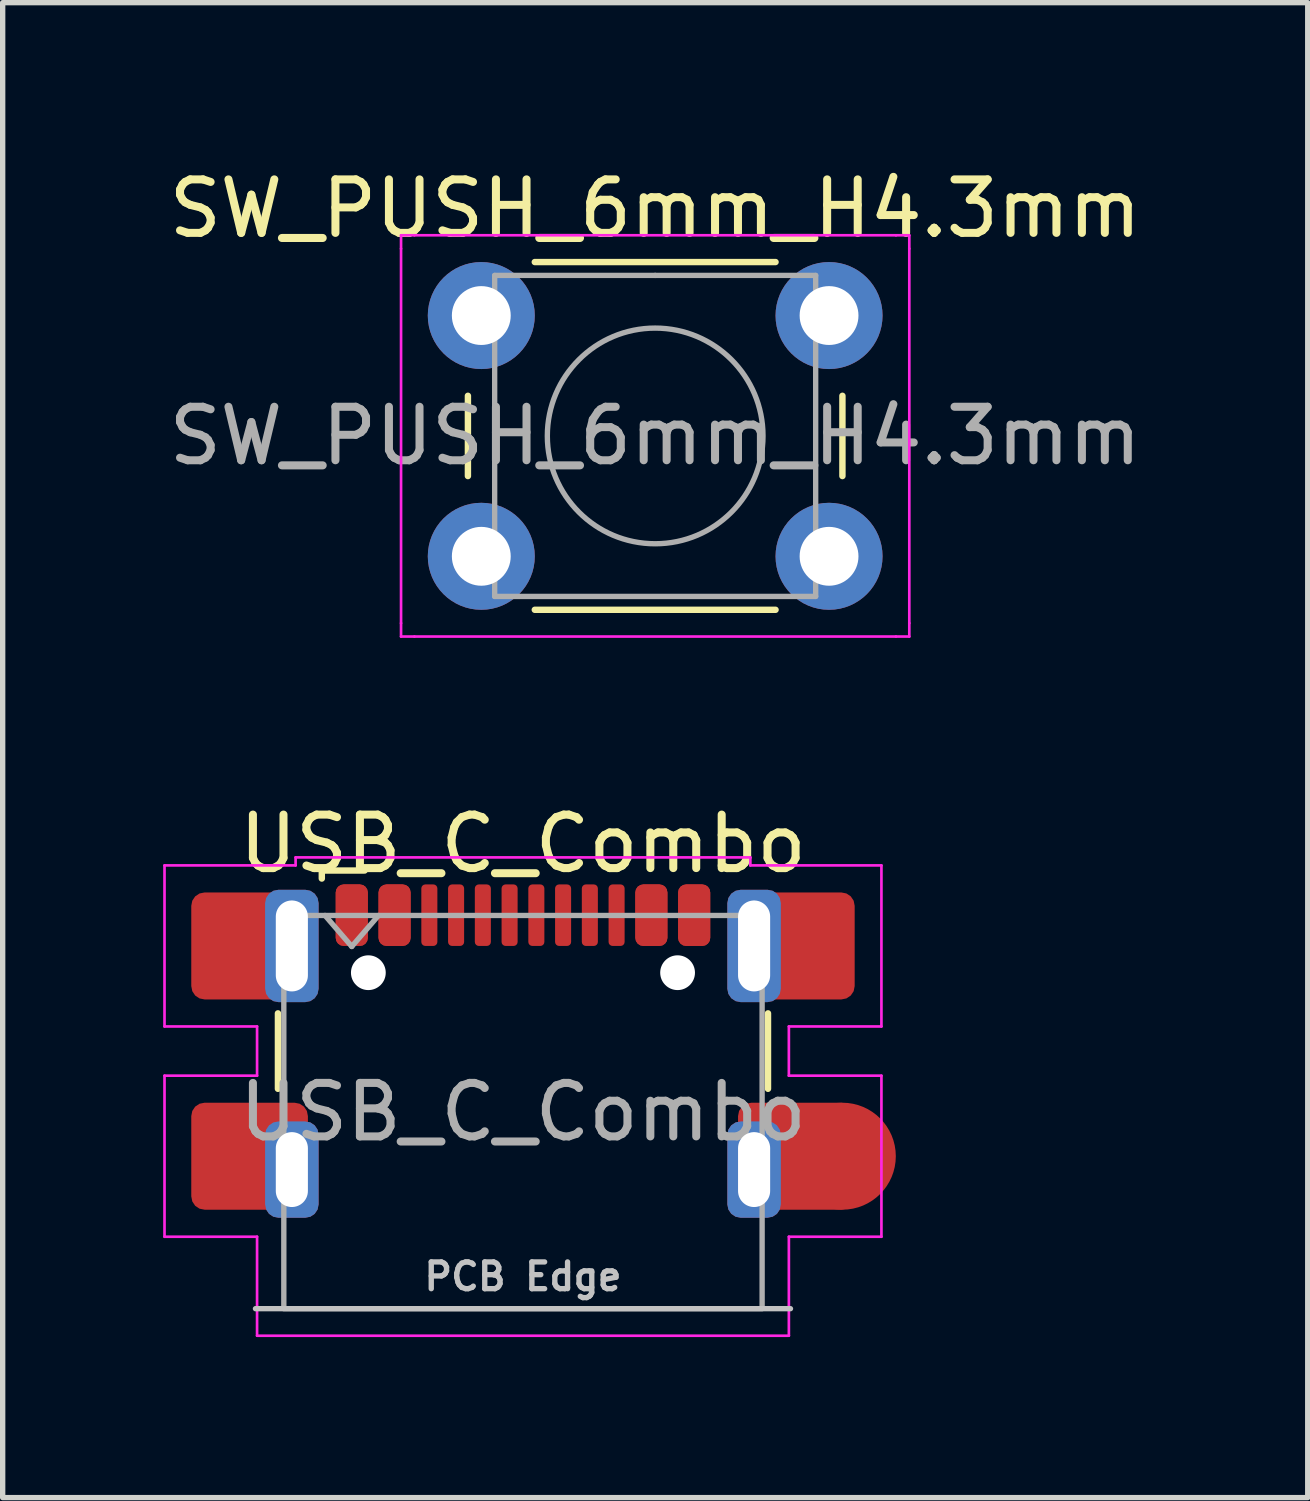
<source format=kicad_pcb>
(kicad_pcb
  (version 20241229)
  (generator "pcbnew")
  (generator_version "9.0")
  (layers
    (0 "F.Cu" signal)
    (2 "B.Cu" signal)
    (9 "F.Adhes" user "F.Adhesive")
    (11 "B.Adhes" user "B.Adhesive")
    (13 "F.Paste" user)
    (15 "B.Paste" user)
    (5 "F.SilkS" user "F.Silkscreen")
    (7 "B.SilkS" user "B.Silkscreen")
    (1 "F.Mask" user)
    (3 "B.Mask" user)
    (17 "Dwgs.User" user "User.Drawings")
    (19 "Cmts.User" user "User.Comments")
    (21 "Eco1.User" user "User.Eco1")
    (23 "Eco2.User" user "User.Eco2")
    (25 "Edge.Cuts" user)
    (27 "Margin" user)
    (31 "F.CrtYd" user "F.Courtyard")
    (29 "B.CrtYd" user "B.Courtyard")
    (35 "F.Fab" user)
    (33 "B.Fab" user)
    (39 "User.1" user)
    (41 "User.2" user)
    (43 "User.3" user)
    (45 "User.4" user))
  (footprint "USB_C_Combo"
    (layer "F.Cu")
    (at 6.725 17.736)
    (property "Reference" "USB_C_Combo" (at 0 -5.015 0) (unlocked yes) (layer "F.SilkS") (effects (font (size 1 1) (thickness 0.15))))
    (attr smd)
    (fp_line (start -4.58 -0.435) (end -4.58 -1.845) (stroke (width 0.12) (type default)) (layer "F.SilkS"))
    (fp_line (start -3.76 -4.515) (end -3.76 -4.365) (stroke (width 0.12) (type default)) (layer "F.SilkS"))
    (fp_line (start -2.96 -4.515) (end -3.76 -4.515) (stroke (width 0.12) (type default)) (layer "F.SilkS"))
    (fp_line (start 4.58 -0.435) (end 4.58 -1.845) (stroke (width 0.12) (type default)) (layer "F.SilkS"))
    (fp_line (start -5 3.675) (end 5 3.675) (stroke (width 0.1) (type default)) (layer "Dwgs.User"))
    (fp_line (start -6.7 -4.61) (end -4.25 -4.61) (stroke (width 0.05) (type default)) (layer "F.CrtYd"))
    (fp_line (start -6.7 -1.6) (end -6.7 -4.61) (stroke (width 0.05) (type default)) (layer "F.CrtYd"))
    (fp_line (start -6.7 -0.68) (end -4.97 -0.68) (stroke (width 0.05) (type default)) (layer "F.CrtYd"))
    (fp_line (start -6.7 2.33) (end -6.7 -0.68) (stroke (width 0.05) (type default)) (layer "F.CrtYd"))
    (fp_line (start -4.97 -1.6) (end -6.7 -1.6) (stroke (width 0.05) (type default)) (layer "F.CrtYd"))
    (fp_line (start -4.97 -0.68) (end -4.97 -1.6) (stroke (width 0.05) (type default)) (layer "F.CrtYd"))
    (fp_line (start -4.97 2.33) (end -6.7 2.33) (stroke (width 0.05) (type default)) (layer "F.CrtYd"))
    (fp_line (start -4.97 4.18) (end -4.97 2.33) (stroke (width 0.05) (type default)) (layer "F.CrtYd"))
    (fp_line (start -4.25 -4.76) (end 4.25 -4.76) (stroke (width 0.05) (type default)) (layer "F.CrtYd"))
    (fp_line (start -4.25 -4.61) (end -4.25 -4.76) (stroke (width 0.05) (type default)) (layer "F.CrtYd"))
    (fp_line (start 4.25 -4.76) (end 4.25 -4.61) (stroke (width 0.05) (type default)) (layer "F.CrtYd"))
    (fp_line (start 4.25 -4.61) (end 6.7 -4.61) (stroke (width 0.05) (type default)) (layer "F.CrtYd"))
    (fp_line (start 4.97 -1.6) (end 4.97 -0.68) (stroke (width 0.05) (type default)) (layer "F.CrtYd"))
    (fp_line (start 4.97 -0.68) (end 6.7 -0.68) (stroke (width 0.05) (type default)) (layer "F.CrtYd"))
    (fp_line (start 4.97 2.33) (end 4.97 4.18) (stroke (width 0.05) (type default)) (layer "F.CrtYd"))
    (fp_line (start 4.97 4.18) (end -4.97 4.18) (stroke (width 0.05) (type default)) (layer "F.CrtYd"))
    (fp_line (start 6.7 -4.61) (end 6.7 -1.6) (stroke (width 0.05) (type default)) (layer "F.CrtYd"))
    (fp_line (start 6.7 -1.6) (end 4.97 -1.6) (stroke (width 0.05) (type default)) (layer "F.CrtYd"))
    (fp_line (start 6.7 -0.68) (end 6.7 2.33) (stroke (width 0.05) (type default)) (layer "F.CrtYd"))
    (fp_line (start 6.7 2.33) (end 4.97 2.33) (stroke (width 0.05) (type default)) (layer "F.CrtYd"))
    (fp_line (start -3.7 -3.675) (end -3.2 -3.095) (stroke (width 0.1) (type default)) (layer "F.Fab"))
    (fp_line (start -3.2 -3.095) (end -2.7 -3.675) (stroke (width 0.1) (type default)) (layer "F.Fab"))
    (fp_rect (start -4.47 -3.675) (end 4.47 3.675) (stroke (width 0.1) (type default)) (fill no) (layer "F.Fab"))
    (fp_text user "PCB Edge" (at 0 3.075 0) (unlocked yes) (layer "Dwgs.User") (effects (font (size 0.5 0.5) (thickness 0.1) (bold yes))))
    (fp_text user "${REFERENCE}" (at 0 0 0) (unlocked yes) (layer "F.Fab") (effects (font (size 1 1) (thickness 0.15))))
    (pad "" np_thru_hole circle (at -2.89 -2.605) (size 0.65 0.65) (drill 0.65) (layers "*.Cu" "*.Mask"))
    (pad "" np_thru_hole circle (at 2.89 -2.605) (size 0.65 0.65) (drill 0.65) (layers "*.Cu" "*.Mask"))
    (pad "A1" smd roundrect (at -3.2 -3.68) (size 0.6 1.15) (layers "F.Cu" "F.Mask" "F.Paste") (roundrect_rratio 0.25))
    (pad "A4" smd roundrect (at -2.4 -3.68) (size 0.6 1.15) (layers "F.Cu" "F.Mask" "F.Paste") (roundrect_rratio 0.25))
    (pad "A5" smd roundrect (at -1.25 -3.68) (size 0.3 1.15) (layers "F.Cu" "F.Mask" "F.Paste") (roundrect_rratio 0.25))
    (pad "A6" smd roundrect (at -0.25 -3.68) (size 0.3 1.15) (layers "F.Cu" "F.Mask" "F.Paste") (roundrect_rratio 0.25))
    (pad "A7" smd roundrect (at 0.25 -3.68) (size 0.3 1.15) (layers "F.Cu" "F.Mask" "F.Paste") (roundrect_rratio 0.25))
    (pad "A8" smd roundrect (at 1.25 -3.68) (size 0.3 1.15) (layers "F.Cu" "F.Mask" "F.Paste") (roundrect_rratio 0.25))
    (pad "A9" smd roundrect (at 2.4 -3.68) (size 0.6 1.15) (layers "F.Cu" "F.Mask" "F.Paste") (roundrect_rratio 0.25))
    (pad "A12" smd roundrect (at 3.2 -3.68) (size 0.6 1.15) (layers "F.Cu" "F.Mask" "F.Paste") (roundrect_rratio 0.25))
    (pad "B1" smd roundrect (at 3.2 -3.68) (size 0.6 1.15) (layers "F.Cu" "F.Mask" "F.Paste") (roundrect_rratio 0.25))
    (pad "B4" smd roundrect (at 2.4 -3.68) (size 0.6 1.15) (layers "F.Cu" "F.Mask" "F.Paste") (roundrect_rratio 0.25))
    (pad "B5" smd roundrect (at 1.75 -3.68) (size 0.3 1.15) (layers "F.Cu" "F.Mask" "F.Paste") (roundrect_rratio 0.25))
    (pad "B6" smd roundrect (at 0.75 -3.68) (size 0.3 1.15) (layers "F.Cu" "F.Mask" "F.Paste") (roundrect_rratio 0.25))
    (pad "B7" smd roundrect (at -0.75 -3.68) (size 0.3 1.15) (layers "F.Cu" "F.Mask" "F.Paste") (roundrect_rratio 0.25))
    (pad "B8" smd roundrect (at -1.75 -3.68) (size 0.3 1.15) (layers "F.Cu" "F.Mask" "F.Paste") (roundrect_rratio 0.25))
    (pad "B9" smd roundrect (at -2.4 -3.68) (size 0.6 1.15) (layers "F.Cu" "F.Mask" "F.Paste") (roundrect_rratio 0.25))
    (pad "B12" smd roundrect (at -3.2 -3.68) (size 0.6 1.15) (layers "F.Cu" "F.Mask" "F.Paste") (roundrect_rratio 0.25))
    (pad "S1" smd roundrect (at -5.11 -3.105) (size 2.18 2) (layers "F.Cu" "F.Mask" "F.Paste") (roundrect_rratio 0.125))
    (pad "S1" smd roundrect (at -5.11 0.825) (size 2.18 2) (layers "F.Cu" "F.Mask" "F.Paste") (roundrect_rratio 0.125))
    (pad "S1" thru_hole roundrect (at -4.32 -3.105) (size 1 2.1) (drill oval 0.6 1.7) (layers "*.Cu" "*.Mask") (roundrect_rratio 0.25))
    (pad "S1" thru_hole roundrect (at -4.32 1.075) (size 1 1.8) (drill oval 0.6 1.4) (layers "*.Cu" "*.Mask") (roundrect_rratio 0.25))
    (pad "S1" thru_hole roundrect (at 4.32 -3.105) (size 1 2.1) (drill oval 0.6 1.7) (layers "*.Cu" "*.Mask") (roundrect_rratio 0.25))
    (pad "S1" thru_hole roundrect (at 4.32 1.075) (size 1 1.8) (drill oval 0.6 1.4) (layers "*.Cu" "*.Mask") (roundrect_rratio 0.25))
    (pad "S1" smd roundrect (at 5.11 -3.105) (size 2.18 2) (layers "F.Cu" "F.Mask" "F.Paste") (roundrect_rratio 0.125))
    (pad "S1" smd roundrect (at 5.11 0.825) (size 2.18 2) (layers "F.Cu" "F.Mask" "F.Paste") (roundrect_rratio 0.125))
    (pad "S1" smd circle (at 5.969 0.825) (size 2 2) (layers "F.Cu" "F.Mask" "F.Paste")))
  (footprint "SW_PUSH_6mm_H4.3mm"
    (layer "F.Cu")
    (at 5.946 2.848)
    (property "Reference" "SW_PUSH_6mm_H4.3mm" (at 3.25 -2 0) (layer "F.SilkS") (effects (font (size 1 1) (thickness 0.15))))
    (attr through_hole)
    (fp_line (start -0.25 1.5) (end -0.25 3) (stroke (width 0.12) (type solid)) (layer "F.SilkS"))
    (fp_line (start 1 5.5) (end 5.5 5.5) (stroke (width 0.12) (type solid)) (layer "F.SilkS"))
    (fp_line (start 5.5 -1) (end 1 -1) (stroke (width 0.12) (type solid)) (layer "F.SilkS"))
    (fp_line (start 6.75 3) (end 6.75 1.5) (stroke (width 0.12) (type solid)) (layer "F.SilkS"))
    (fp_line (start -1.5 -1.5) (end -1.25 -1.5) (stroke (width 0.05) (type solid)) (layer "F.CrtYd"))
    (fp_line (start -1.5 -1.25) (end -1.5 -1.5) (stroke (width 0.05) (type solid)) (layer "F.CrtYd"))
    (fp_line (start -1.5 5.75) (end -1.5 -1.25) (stroke (width 0.05) (type solid)) (layer "F.CrtYd"))
    (fp_line (start -1.5 5.75) (end -1.5 6) (stroke (width 0.05) (type solid)) (layer "F.CrtYd"))
    (fp_line (start -1.5 6) (end -1.25 6) (stroke (width 0.05) (type solid)) (layer "F.CrtYd"))
    (fp_line (start -1.25 -1.5) (end 7.75 -1.5) (stroke (width 0.05) (type solid)) (layer "F.CrtYd"))
    (fp_line (start 7.75 -1.5) (end 8 -1.5) (stroke (width 0.05) (type solid)) (layer "F.CrtYd"))
    (fp_line (start 7.75 6) (end -1.25 6) (stroke (width 0.05) (type solid)) (layer "F.CrtYd"))
    (fp_line (start 7.75 6) (end 8 6) (stroke (width 0.05) (type solid)) (layer "F.CrtYd"))
    (fp_line (start 8 -1.5) (end 8 -1.25) (stroke (width 0.05) (type solid)) (layer "F.CrtYd"))
    (fp_line (start 8 -1.25) (end 8 5.75) (stroke (width 0.05) (type solid)) (layer "F.CrtYd"))
    (fp_line (start 8 6) (end 8 5.75) (stroke (width 0.05) (type solid)) (layer "F.CrtYd"))
    (fp_line (start 0.25 -0.75) (end 3.25 -0.75) (stroke (width 0.1) (type solid)) (layer "F.Fab"))
    (fp_line (start 0.25 5.25) (end 0.25 -0.75) (stroke (width 0.1) (type solid)) (layer "F.Fab"))
    (fp_line (start 3.25 -0.75) (end 6.25 -0.75) (stroke (width 0.1) (type solid)) (layer "F.Fab"))
    (fp_line (start 6.25 -0.75) (end 6.25 5.25) (stroke (width 0.1) (type solid)) (layer "F.Fab"))
    (fp_line (start 6.25 5.25) (end 0.25 5.25) (stroke (width 0.1) (type solid)) (layer "F.Fab"))
    (fp_circle (center 3.25 2.25) (end 1.25 2.5) (stroke (width 0.1) (type solid)) (fill no) (layer "F.Fab"))
    (fp_text user "${REFERENCE}" (at 3.25 2.25 0) (layer "F.Fab") (effects (font (size 1 1) (thickness 0.15))))
    (pad "1" thru_hole circle (at 0 0 90) (size 2 2) (drill 1.1) (layers "*.Cu" "*.Mask"))
    (pad "1" thru_hole circle (at 6.5 0 90) (size 2 2) (drill 1.1) (layers "*.Cu" "*.Mask"))
    (pad "2" thru_hole circle (at 0 4.5 90) (size 2 2) (drill 1.1) (layers "*.Cu" "*.Mask"))
    (pad "2" thru_hole circle (at 6.5 4.5 90) (size 2 2) (drill 1.1) (layers "*.Cu" "*.Mask")))
  (gr_rect
    (start -3 -3)
    (end 21.393 24.942)
    (stroke (width 0.1) (type default))
    (fill no)
    (layer "Edge.Cuts")))
</source>
